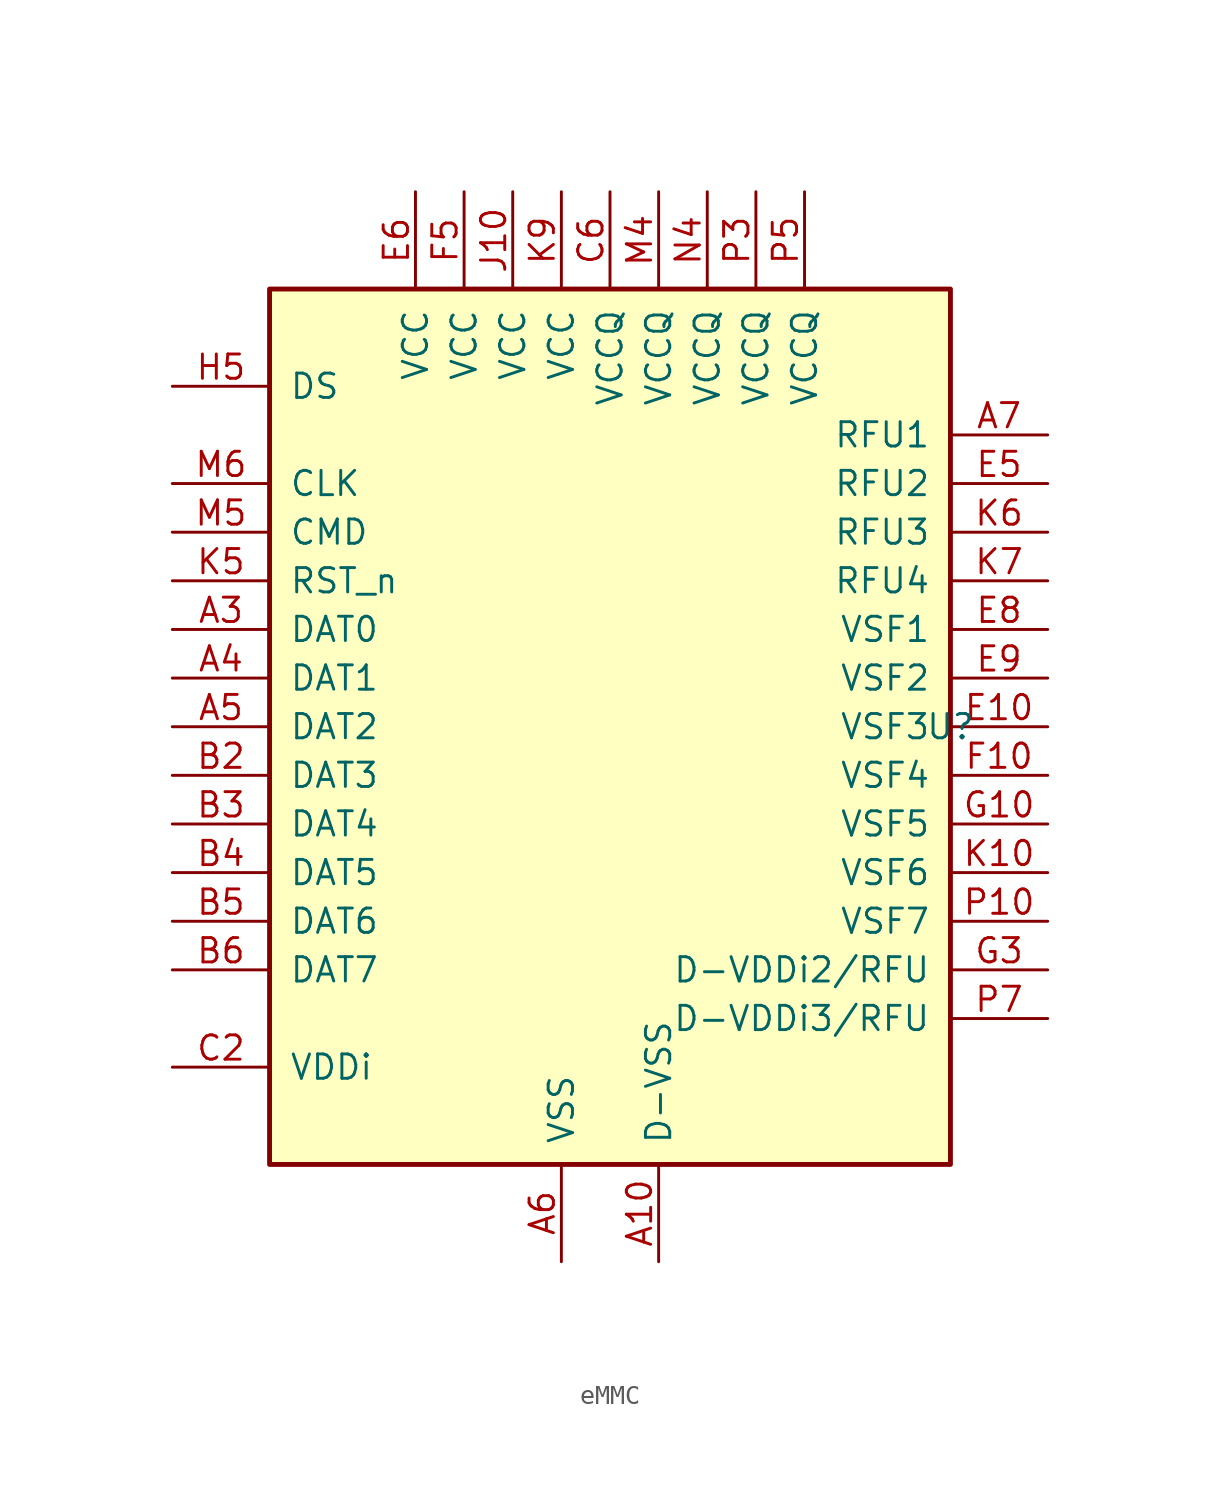
<source format=kicad_sym>
(kicad_symbol_lib
  (version 20211014)
  (generator kicad_symbol_editor)
  (symbol "eMMC"
    (pin_names
      (offset 1.016))
    (property "Reference" "U"
      (at 17.78 0 0)
      (effects (font (size 1.27 1.27))))
    (symbol "eMMC_0_1"
      (rectangle (start -17.78 22.86) (end 17.78 -22.86) (stroke (width 0.254) (type default) (color 0 0 0 0)) (fill (type background))))
    (symbol "eMMC_1_1"
      (pin passive line (at -22.86 -2.54 0) (length 5.08) hide (name "~" (effects (font (size 1.27 1.27)))) (number "A1" (effects (font (size 1.27 1.27)))))
      (pin power_in line (at 2.54 -27.94 90) (length 5.08) (name "D-VSS" (effects (font (size 1.27 1.27)))) (number "A10" (effects (font (size 1.27 1.27)))))
      (pin passive line (at -22.86 -5.08 0) (length 5.08) hide (name "~" (effects (font (size 1.27 1.27)))) (number "A2" (effects (font (size 1.27 1.27)))))
      (pin bidirectional line (at -22.86 5.08 0) (length 5.08) (name "DAT0" (effects (font (size 1.27 1.27)))) (number "A3" (effects (font (size 1.27 1.27)))))
      (pin bidirectional line (at -22.86 2.54 0) (length 5.08) (name "DAT1" (effects (font (size 1.27 1.27)))) (number "A4" (effects (font (size 1.27 1.27)))))
      (pin bidirectional line (at -22.86 0 0) (length 5.08) (name "DAT2" (effects (font (size 1.27 1.27)))) (number "A5" (effects (font (size 1.27 1.27)))))
      (pin power_in line (at -2.54 -27.94 90) (length 5.08) (name "VSS" (effects (font (size 1.27 1.27)))) (number "A6" (effects (font (size 1.27 1.27)))))
      (pin bidirectional line (at 22.86 15.24 180) (length 5.08) (name "RFU1" (effects (font (size 1.27 1.27)))) (number "A7" (effects (font (size 1.27 1.27)))))
      (pin bidirectional line (at -22.86 -2.54 0) (length 5.08) (name "DAT3" (effects (font (size 1.27 1.27)))) (number "B2" (effects (font (size 1.27 1.27)))))
      (pin bidirectional line (at -22.86 -5.08 0) (length 5.08) (name "DAT4" (effects (font (size 1.27 1.27)))) (number "B3" (effects (font (size 1.27 1.27)))))
      (pin bidirectional line (at -22.86 -7.62 0) (length 5.08) (name "DAT5" (effects (font (size 1.27 1.27)))) (number "B4" (effects (font (size 1.27 1.27)))))
      (pin bidirectional line (at -22.86 -10.16 0) (length 5.08) (name "DAT6" (effects (font (size 1.27 1.27)))) (number "B5" (effects (font (size 1.27 1.27)))))
      (pin bidirectional line (at -22.86 -12.7 0) (length 5.08) (name "DAT7" (effects (font (size 1.27 1.27)))) (number "B6" (effects (font (size 1.27 1.27)))))
      (pin passive line (at 2.54 -27.94 90) (length 5.08) hide (name "D-VSS" (effects (font (size 1.27 1.27)))) (number "C1" (effects (font (size 1.27 1.27)))))
      (pin output line (at -22.86 -17.78 0) (length 5.08) (name "VDDi" (effects (font (size 1.27 1.27)))) (number "C2" (effects (font (size 1.27 1.27)))))
      (pin passive line (at -22.86 -7.62 0) (length 5.08) hide (name "~" (effects (font (size 1.27 1.27)))) (number "C4" (effects (font (size 1.27 1.27)))))
      (pin passive line (at -22.86 -10.16 0) (length 5.08) hide (name "~" (effects (font (size 1.27 1.27)))) (number "C5" (effects (font (size 1.27 1.27)))))
      (pin power_in line (at 0 27.94 270) (length 5.08) (name "VCCQ" (effects (font (size 1.27 1.27)))) (number "C6" (effects (font (size 1.27 1.27)))))
      (pin passive line (at -22.86 -12.7 0) (length 5.08) hide (name "~" (effects (font (size 1.27 1.27)))) (number "C7" (effects (font (size 1.27 1.27)))))
      (pin passive line (at -22.86 -7.62 0) (length 5.08) hide (name "~" (effects (font (size 1.27 1.27)))) (number "D4" (effects (font (size 1.27 1.27)))))
      (pin bidirectional line (at 22.86 0 180) (length 5.08) (name "VSF3" (effects (font (size 1.27 1.27)))) (number "E10" (effects (font (size 1.27 1.27)))))
      (pin bidirectional line (at 22.86 12.7 180) (length 5.08) (name "RFU2" (effects (font (size 1.27 1.27)))) (number "E5" (effects (font (size 1.27 1.27)))))
      (pin power_in line (at -10.16 27.94 270) (length 5.08) (name "VCC" (effects (font (size 1.27 1.27)))) (number "E6" (effects (font (size 1.27 1.27)))))
      (pin passive line (at -2.54 -27.94 90) (length 5.08) hide (name "VSS" (effects (font (size 1.27 1.27)))) (number "E7" (effects (font (size 1.27 1.27)))))
      (pin bidirectional line (at 22.86 5.08 180) (length 5.08) (name "VSF1" (effects (font (size 1.27 1.27)))) (number "E8" (effects (font (size 1.27 1.27)))))
      (pin bidirectional line (at 22.86 2.54 180) (length 5.08) (name "VSF2" (effects (font (size 1.27 1.27)))) (number "E9" (effects (font (size 1.27 1.27)))))
      (pin bidirectional line (at 22.86 -2.54 180) (length 5.08) (name "VSF4" (effects (font (size 1.27 1.27)))) (number "F10" (effects (font (size 1.27 1.27)))))
      (pin power_in line (at -7.62 27.94 270) (length 5.08) (name "VCC" (effects (font (size 1.27 1.27)))) (number "F5" (effects (font (size 1.27 1.27)))))
      (pin bidirectional line (at 22.86 -5.08 180) (length 5.08) (name "VSF5" (effects (font (size 1.27 1.27)))) (number "G10" (effects (font (size 1.27 1.27)))))
      (pin output line (at 22.86 -12.7 180) (length 5.08) (name "D-VDDi2/RFU" (effects (font (size 1.27 1.27)))) (number "G3" (effects (font (size 1.27 1.27)))))
      (pin passive line (at -2.54 -27.94 90) (length 5.08) hide (name "VSS" (effects (font (size 1.27 1.27)))) (number "G5" (effects (font (size 1.27 1.27)))))
      (pin passive line (at -2.54 -27.94 90) (length 5.08) hide (name "VSS" (effects (font (size 1.27 1.27)))) (number "H10" (effects (font (size 1.27 1.27)))))
      (pin passive line (at 2.54 -27.94 90) (length 5.08) hide (name "D-VSS" (effects (font (size 1.27 1.27)))) (number "H14" (effects (font (size 1.27 1.27)))))
      (pin input line (at -22.86 17.78 0) (length 5.08) (name "DS" (effects (font (size 1.27 1.27)))) (number "H5" (effects (font (size 1.27 1.27)))))
      (pin power_in line (at -5.08 27.94 270) (length 5.08) (name "VCC" (effects (font (size 1.27 1.27)))) (number "J10" (effects (font (size 1.27 1.27)))))
      (pin passive line (at -2.54 -27.94 90) (length 5.08) hide (name "VSS" (effects (font (size 1.27 1.27)))) (number "J5" (effects (font (size 1.27 1.27)))))
      (pin passive line (at -2.54 -27.94 90) (length 5.08) hide (name "~" (effects (font (size 1.27 1.27)))) (number "K1" (effects (font (size 1.27 1.27)))))
      (pin bidirectional line (at 22.86 -7.62 180) (length 5.08) (name "VSF6" (effects (font (size 1.27 1.27)))) (number "K10" (effects (font (size 1.27 1.27)))))
      (pin passive line (at 2.54 -27.94 90) (length 5.08) hide (name "D-VSS" (effects (font (size 1.27 1.27)))) (number "K2" (effects (font (size 1.27 1.27)))))
      (pin input line (at -22.86 7.62 0) (length 5.08) (name "RST_n" (effects (font (size 1.27 1.27)))) (number "K5" (effects (font (size 1.27 1.27)))))
      (pin bidirectional line (at 22.86 10.16 180) (length 5.08) (name "RFU3" (effects (font (size 1.27 1.27)))) (number "K6" (effects (font (size 1.27 1.27)))))
      (pin bidirectional line (at 22.86 7.62 180) (length 5.08) (name "RFU4" (effects (font (size 1.27 1.27)))) (number "K7" (effects (font (size 1.27 1.27)))))
      (pin passive line (at -2.54 -27.94 90) (length 5.08) hide (name "VSS" (effects (font (size 1.27 1.27)))) (number "K8" (effects (font (size 1.27 1.27)))))
      (pin power_in line (at -2.54 27.94 270) (length 5.08) (name "VCC" (effects (font (size 1.27 1.27)))) (number "K9" (effects (font (size 1.27 1.27)))))
      (pin passive line (at 2.54 -27.94 90) (length 5.08) hide (name "D-VSS" (effects (font (size 1.27 1.27)))) (number "M1" (effects (font (size 1.27 1.27)))))
      (pin power_in line (at 2.54 27.94 270) (length 5.08) (name "VCCQ" (effects (font (size 1.27 1.27)))) (number "M4" (effects (font (size 1.27 1.27)))))
      (pin bidirectional line (at -22.86 10.16 0) (length 5.08) (name "CMD" (effects (font (size 1.27 1.27)))) (number "M5" (effects (font (size 1.27 1.27)))))
      (pin input line (at -22.86 12.7 0) (length 5.08) (name "CLK" (effects (font (size 1.27 1.27)))) (number "M6" (effects (font (size 1.27 1.27)))))
      (pin power_in line (at 5.08 27.94 270) (length 5.08) (name "VCCQ" (effects (font (size 1.27 1.27)))) (number "N4" (effects (font (size 1.27 1.27)))))
      (pin bidirectional line (at 22.86 -10.16 180) (length 5.08) (name "VSF7" (effects (font (size 1.27 1.27)))) (number "P10" (effects (font (size 1.27 1.27)))))
      (pin power_in line (at 7.62 27.94 270) (length 5.08) (name "VCCQ" (effects (font (size 1.27 1.27)))) (number "P3" (effects (font (size 1.27 1.27)))))
      (pin power_in line (at 10.16 27.94 270) (length 5.08) (name "VCCQ" (effects (font (size 1.27 1.27)))) (number "P5" (effects (font (size 1.27 1.27)))))
      (pin output line (at 22.86 -15.24 180) (length 5.08) (name "D-VDDi3/RFU" (effects (font (size 1.27 1.27)))) (number "P7" (effects (font (size 1.27 1.27))))))))
</source>
